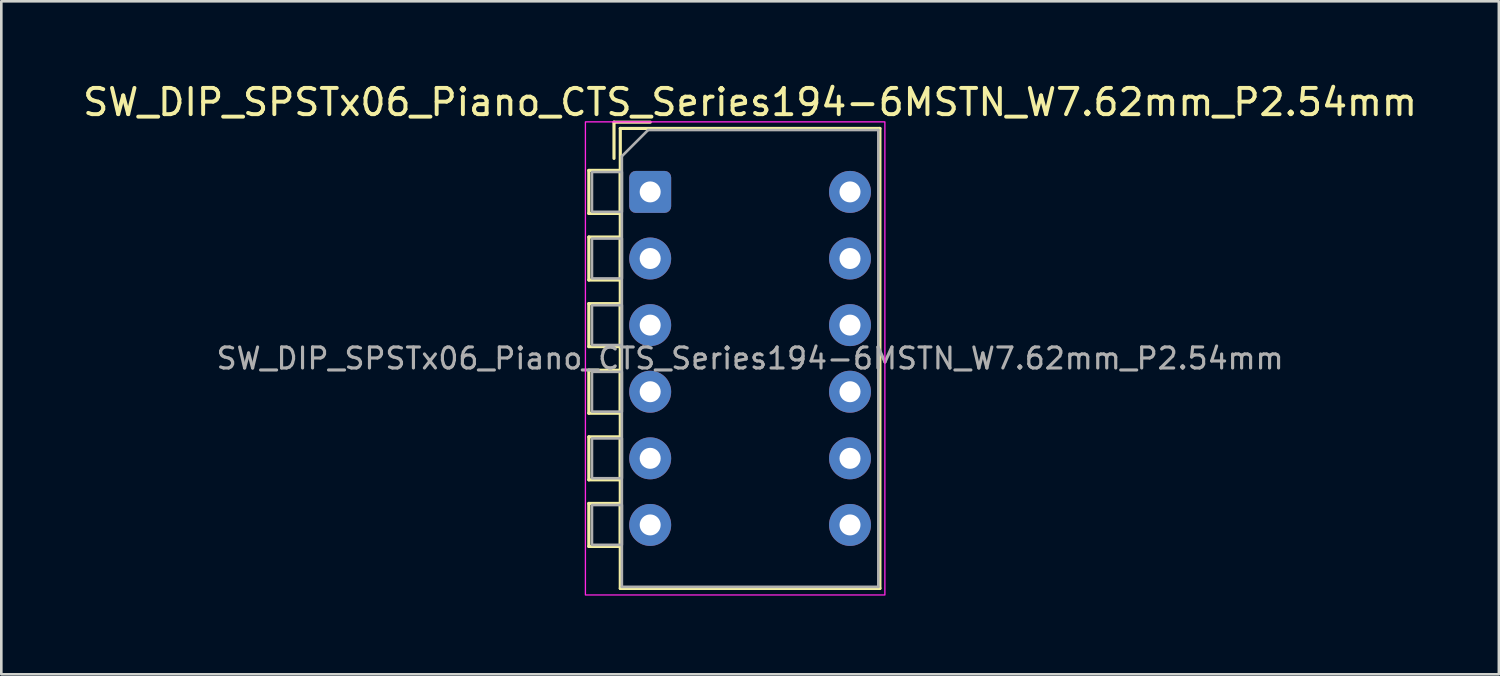
<source format=kicad_pcb>
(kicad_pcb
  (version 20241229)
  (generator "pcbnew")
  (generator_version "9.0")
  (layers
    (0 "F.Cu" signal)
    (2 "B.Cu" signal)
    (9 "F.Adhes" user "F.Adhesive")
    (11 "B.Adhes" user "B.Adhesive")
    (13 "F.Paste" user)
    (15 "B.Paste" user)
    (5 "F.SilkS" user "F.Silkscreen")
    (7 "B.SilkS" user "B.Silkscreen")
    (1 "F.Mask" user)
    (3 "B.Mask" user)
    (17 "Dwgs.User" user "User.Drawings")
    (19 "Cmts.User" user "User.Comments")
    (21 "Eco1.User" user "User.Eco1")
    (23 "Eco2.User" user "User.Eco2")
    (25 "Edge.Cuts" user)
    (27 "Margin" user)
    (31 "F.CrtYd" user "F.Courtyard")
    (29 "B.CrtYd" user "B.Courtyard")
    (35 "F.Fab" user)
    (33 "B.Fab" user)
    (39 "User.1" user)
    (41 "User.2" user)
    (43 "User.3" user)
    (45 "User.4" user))
  (footprint "SW_DIP_SPSTx06_Piano_CTS_Series194-6MSTN_W7.62mm_P2.54mm"
    (layer "F.Cu")
    (at 21.744 4.268)
    (property "Reference" "SW_DIP_SPSTx06_Piano_CTS_Series194-6MSTN_W7.62mm_P2.54mm" (at 3.81 -3.42 0) (layer "F.SilkS") (effects (font (size 1 1) (thickness 0.15))))
    (attr through_hole)
    (fp_line (start -2.34 -0.82) (end -1.14 -0.82) (stroke (width 0.12) (type solid)) (layer "F.SilkS"))
    (fp_line (start -2.34 0.82) (end -2.34 -0.82) (stroke (width 0.12) (type solid)) (layer "F.SilkS"))
    (fp_line (start -2.34 1.72) (end -1.14 1.72) (stroke (width 0.12) (type solid)) (layer "F.SilkS"))
    (fp_line (start -2.34 3.36) (end -2.34 1.72) (stroke (width 0.12) (type solid)) (layer "F.SilkS"))
    (fp_line (start -2.34 4.26) (end -1.14 4.26) (stroke (width 0.12) (type solid)) (layer "F.SilkS"))
    (fp_line (start -2.34 5.9) (end -2.34 4.26) (stroke (width 0.12) (type solid)) (layer "F.SilkS"))
    (fp_line (start -2.34 6.8) (end -1.14 6.8) (stroke (width 0.12) (type solid)) (layer "F.SilkS"))
    (fp_line (start -2.34 8.44) (end -2.34 6.8) (stroke (width 0.12) (type solid)) (layer "F.SilkS"))
    (fp_line (start -2.34 9.34) (end -1.14 9.34) (stroke (width 0.12) (type solid)) (layer "F.SilkS"))
    (fp_line (start -2.34 10.98) (end -2.34 9.34) (stroke (width 0.12) (type solid)) (layer "F.SilkS"))
    (fp_line (start -2.34 11.88) (end -1.14 11.88) (stroke (width 0.12) (type solid)) (layer "F.SilkS"))
    (fp_line (start -2.34 13.52) (end -2.34 11.88) (stroke (width 0.12) (type solid)) (layer "F.SilkS"))
    (fp_line (start -1.38 -2.66) (end -1.38 -1.277) (stroke (width 0.12) (type solid)) (layer "F.SilkS"))
    (fp_line (start -1.38 -2.66) (end 0.003 -2.66) (stroke (width 0.12) (type solid)) (layer "F.SilkS"))
    (fp_line (start -1.14 -2.42) (end -1.14 15.12) (stroke (width 0.12) (type solid)) (layer "F.SilkS"))
    (fp_line (start -1.14 -2.42) (end 8.76 -2.42) (stroke (width 0.12) (type solid)) (layer "F.SilkS"))
    (fp_line (start -1.14 -0.82) (end -1.14 0.82) (stroke (width 0.12) (type solid)) (layer "F.SilkS"))
    (fp_line (start -1.14 0.82) (end -2.34 0.82) (stroke (width 0.12) (type solid)) (layer "F.SilkS"))
    (fp_line (start -1.14 1.72) (end -1.14 3.36) (stroke (width 0.12) (type solid)) (layer "F.SilkS"))
    (fp_line (start -1.14 3.36) (end -2.34 3.36) (stroke (width 0.12) (type solid)) (layer "F.SilkS"))
    (fp_line (start -1.14 4.26) (end -1.14 5.9) (stroke (width 0.12) (type solid)) (layer "F.SilkS"))
    (fp_line (start -1.14 5.9) (end -2.34 5.9) (stroke (width 0.12) (type solid)) (layer "F.SilkS"))
    (fp_line (start -1.14 6.8) (end -1.14 8.44) (stroke (width 0.12) (type solid)) (layer "F.SilkS"))
    (fp_line (start -1.14 8.44) (end -2.34 8.44) (stroke (width 0.12) (type solid)) (layer "F.SilkS"))
    (fp_line (start -1.14 9.34) (end -1.14 10.98) (stroke (width 0.12) (type solid)) (layer "F.SilkS"))
    (fp_line (start -1.14 10.98) (end -2.34 10.98) (stroke (width 0.12) (type solid)) (layer "F.SilkS"))
    (fp_line (start -1.14 11.88) (end -1.14 13.52) (stroke (width 0.12) (type solid)) (layer "F.SilkS"))
    (fp_line (start -1.14 13.52) (end -2.34 13.52) (stroke (width 0.12) (type solid)) (layer "F.SilkS"))
    (fp_line (start -1.14 15.12) (end 8.76 15.12) (stroke (width 0.12) (type solid)) (layer "F.SilkS"))
    (fp_line (start 8.76 -2.42) (end 8.76 15.12) (stroke (width 0.12) (type solid)) (layer "F.SilkS"))
    (fp_rect (start -2.47 -2.67) (end 8.95 15.37) (stroke (width 0.05) (type solid)) (fill no) (layer "F.CrtYd"))
    (fp_line (start -1.08 -1.36) (end -0.08 -2.36) (stroke (width 0.1) (type solid)) (layer "F.Fab"))
    (fp_line (start -1.08 15.06) (end -1.08 -1.36) (stroke (width 0.1) (type solid)) (layer "F.Fab"))
    (fp_line (start -0.08 -2.36) (end 8.7 -2.36) (stroke (width 0.1) (type solid)) (layer "F.Fab"))
    (fp_line (start 8.7 -2.36) (end 8.7 15.06) (stroke (width 0.1) (type solid)) (layer "F.Fab"))
    (fp_line (start 8.7 15.06) (end -1.08 15.06) (stroke (width 0.1) (type solid)) (layer "F.Fab"))
    (fp_rect (start -2.22 -0.76) (end -1.08 0.76) (stroke (width 0.1) (type solid)) (fill no) (layer "F.Fab"))
    (fp_rect (start -2.22 1.78) (end -1.08 3.3) (stroke (width 0.1) (type solid)) (fill no) (layer "F.Fab"))
    (fp_rect (start -2.22 4.32) (end -1.08 5.84) (stroke (width 0.1) (type solid)) (fill no) (layer "F.Fab"))
    (fp_rect (start -2.22 6.86) (end -1.08 8.38) (stroke (width 0.1) (type solid)) (fill no) (layer "F.Fab"))
    (fp_rect (start -2.22 9.4) (end -1.08 10.92) (stroke (width 0.1) (type solid)) (fill no) (layer "F.Fab"))
    (fp_rect (start -2.22 11.94) (end -1.08 13.46) (stroke (width 0.1) (type solid)) (fill no) (layer "F.Fab"))
    (fp_text user "${REFERENCE}" (at 3.81 6.35 0) (layer "F.Fab") (effects (font (size 0.8 0.8) (thickness 0.12))))
    (pad "1" thru_hole roundrect (at 0 0) (size 1.6 1.6) (drill 0.8) (layers "*.Cu" "*.Mask") (roundrect_rratio 0.156))
    (pad "2" thru_hole circle (at 0 2.54) (size 1.6 1.6) (drill 0.8) (layers "*.Cu" "*.Mask"))
    (pad "3" thru_hole circle (at 0 5.08) (size 1.6 1.6) (drill 0.8) (layers "*.Cu" "*.Mask"))
    (pad "4" thru_hole circle (at 0 7.62) (size 1.6 1.6) (drill 0.8) (layers "*.Cu" "*.Mask"))
    (pad "5" thru_hole circle (at 0 10.16) (size 1.6 1.6) (drill 0.8) (layers "*.Cu" "*.Mask"))
    (pad "6" thru_hole circle (at 0 12.7) (size 1.6 1.6) (drill 0.8) (layers "*.Cu" "*.Mask"))
    (pad "7" thru_hole circle (at 7.62 12.7) (size 1.6 1.6) (drill 0.8) (layers "*.Cu" "*.Mask"))
    (pad "8" thru_hole circle (at 7.62 10.16) (size 1.6 1.6) (drill 0.8) (layers "*.Cu" "*.Mask"))
    (pad "9" thru_hole circle (at 7.62 7.62) (size 1.6 1.6) (drill 0.8) (layers "*.Cu" "*.Mask"))
    (pad "10" thru_hole circle (at 7.62 5.08) (size 1.6 1.6) (drill 0.8) (layers "*.Cu" "*.Mask"))
    (pad "11" thru_hole circle (at 7.62 2.54) (size 1.6 1.6) (drill 0.8) (layers "*.Cu" "*.Mask"))
    (pad "12" thru_hole circle (at 7.62 0) (size 1.6 1.6) (drill 0.8) (layers "*.Cu" "*.Mask")))
  (gr_rect
    (start -3 -3)
    (end 54.107 22.663)
    (stroke (width 0.1) (type default))
    (fill no)
    (layer "Edge.Cuts")))
</source>
